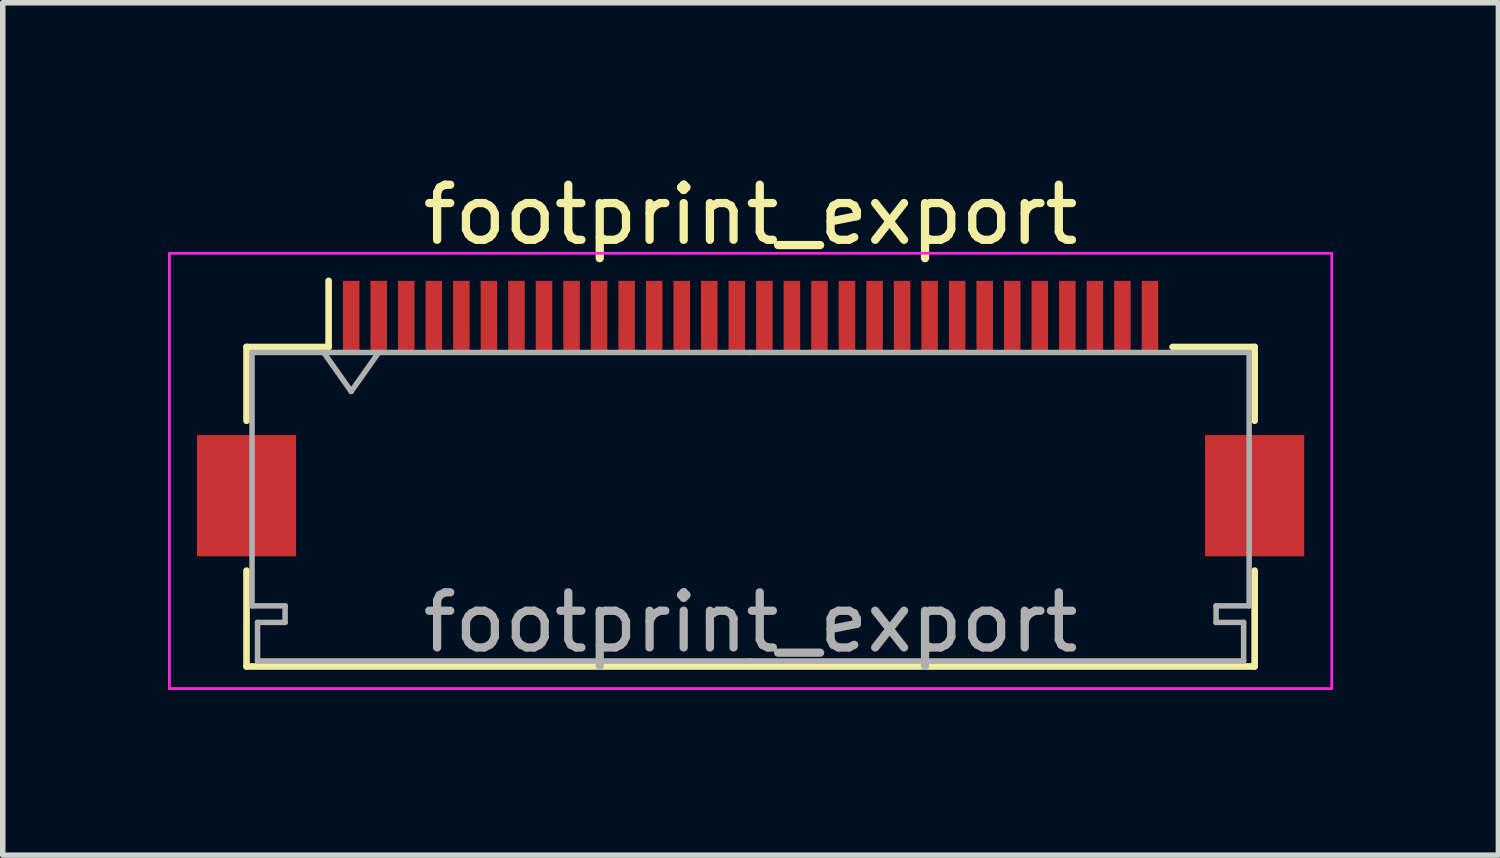
<source format=kicad_pcb>
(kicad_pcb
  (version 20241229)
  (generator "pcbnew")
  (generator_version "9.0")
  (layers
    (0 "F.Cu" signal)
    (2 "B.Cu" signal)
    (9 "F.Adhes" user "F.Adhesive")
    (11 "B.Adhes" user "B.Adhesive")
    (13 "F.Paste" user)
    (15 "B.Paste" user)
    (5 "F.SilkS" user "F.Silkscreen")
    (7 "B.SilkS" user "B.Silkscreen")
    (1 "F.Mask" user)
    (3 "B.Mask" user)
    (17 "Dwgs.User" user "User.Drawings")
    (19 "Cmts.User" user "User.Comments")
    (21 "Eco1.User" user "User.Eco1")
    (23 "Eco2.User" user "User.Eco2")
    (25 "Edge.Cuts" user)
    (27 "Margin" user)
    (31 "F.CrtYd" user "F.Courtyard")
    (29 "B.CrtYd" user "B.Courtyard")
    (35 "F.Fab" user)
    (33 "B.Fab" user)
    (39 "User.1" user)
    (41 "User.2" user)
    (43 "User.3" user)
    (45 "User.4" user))
  (footprint "footprint_export"
    (layer "F.Cu")
    (at 10.575 4.548)
    (property "Reference" "footprint_export" (at 0 -3.7 0) (layer "F.SilkS") (effects (font (size 1 1) (thickness 0.15))))
    (attr smd)
    (fp_line (start -9.15 -1.3) (end -9.15 0.04) (stroke (width 0.12) (type solid)) (layer "F.SilkS"))
    (fp_line (start -9.15 2.76) (end -9.15 4.5) (stroke (width 0.12) (type solid)) (layer "F.SilkS"))
    (fp_line (start -9.15 4.5) (end 9.15 4.5) (stroke (width 0.12) (type solid)) (layer "F.SilkS"))
    (fp_line (start -7.66 -1.3) (end -9.15 -1.3) (stroke (width 0.12) (type solid)) (layer "F.SilkS"))
    (fp_line (start -7.66 -1.3) (end -7.66 -2.5) (stroke (width 0.12) (type solid)) (layer "F.SilkS"))
    (fp_line (start 7.66 -1.3) (end 9.15 -1.3) (stroke (width 0.12) (type solid)) (layer "F.SilkS"))
    (fp_line (start 9.15 -1.3) (end 9.15 0.04) (stroke (width 0.12) (type solid)) (layer "F.SilkS"))
    (fp_line (start 9.15 4.5) (end 9.15 2.76) (stroke (width 0.12) (type solid)) (layer "F.SilkS"))
    (fp_line (start -10.55 -3) (end -10.55 4.9) (stroke (width 0.05) (type solid)) (layer "F.CrtYd"))
    (fp_line (start -10.55 4.9) (end 10.55 4.9) (stroke (width 0.05) (type solid)) (layer "F.CrtYd"))
    (fp_line (start 10.55 -3) (end -10.55 -3) (stroke (width 0.05) (type solid)) (layer "F.CrtYd"))
    (fp_line (start 10.55 4.9) (end 10.55 -3) (stroke (width 0.05) (type solid)) (layer "F.CrtYd"))
    (fp_line (start -9.05 -1.2) (end -9.05 3.4) (stroke (width 0.1) (type solid)) (layer "F.Fab"))
    (fp_line (start -9.05 3.4) (end -8.45 3.4) (stroke (width 0.1) (type solid)) (layer "F.Fab"))
    (fp_line (start -8.95 3.7) (end -8.95 4.4) (stroke (width 0.1) (type solid)) (layer "F.Fab"))
    (fp_line (start -8.95 4.4) (end 0 4.4) (stroke (width 0.1) (type solid)) (layer "F.Fab"))
    (fp_line (start -8.45 3.4) (end -8.45 3.7) (stroke (width 0.1) (type solid)) (layer "F.Fab"))
    (fp_line (start -8.45 3.7) (end -8.95 3.7) (stroke (width 0.1) (type solid)) (layer "F.Fab"))
    (fp_line (start -7.75 -1.2) (end -7.25 -0.493) (stroke (width 0.1) (type solid)) (layer "F.Fab"))
    (fp_line (start -7.25 -0.493) (end -6.75 -1.2) (stroke (width 0.1) (type solid)) (layer "F.Fab"))
    (fp_line (start 0 -1.2) (end -9.05 -1.2) (stroke (width 0.1) (type solid)) (layer "F.Fab"))
    (fp_line (start 0 -1.2) (end 9.05 -1.2) (stroke (width 0.1) (type solid)) (layer "F.Fab"))
    (fp_line (start 8.45 3.4) (end 8.45 3.7) (stroke (width 0.1) (type solid)) (layer "F.Fab"))
    (fp_line (start 8.45 3.7) (end 8.95 3.7) (stroke (width 0.1) (type solid)) (layer "F.Fab"))
    (fp_line (start 8.95 3.7) (end 8.95 4.4) (stroke (width 0.1) (type solid)) (layer "F.Fab"))
    (fp_line (start 8.95 4.4) (end 0 4.4) (stroke (width 0.1) (type solid)) (layer "F.Fab"))
    (fp_line (start 9.05 -1.2) (end 9.05 3.4) (stroke (width 0.1) (type solid)) (layer "F.Fab"))
    (fp_line (start 9.05 3.4) (end 8.45 3.4) (stroke (width 0.1) (type solid)) (layer "F.Fab"))
    (fp_text user "${REFERENCE}" (at 0 3.7 0) (layer "F.Fab") (effects (font (size 1 1) (thickness 0.15))))
    (pad "1" smd rect (at -7.25 -1.85) (size 0.3 1.3) (layers "F.Cu" "F.Mask" "F.Paste"))
    (pad "2" smd rect (at -6.75 -1.85) (size 0.3 1.3) (layers "F.Cu" "F.Mask" "F.Paste"))
    (pad "3" smd rect (at -6.25 -1.85) (size 0.3 1.3) (layers "F.Cu" "F.Mask" "F.Paste"))
    (pad "4" smd rect (at -5.75 -1.85) (size 0.3 1.3) (layers "F.Cu" "F.Mask" "F.Paste"))
    (pad "5" smd rect (at -5.25 -1.85) (size 0.3 1.3) (layers "F.Cu" "F.Mask" "F.Paste"))
    (pad "6" smd rect (at -4.75 -1.85) (size 0.3 1.3) (layers "F.Cu" "F.Mask" "F.Paste"))
    (pad "7" smd rect (at -4.25 -1.85) (size 0.3 1.3) (layers "F.Cu" "F.Mask" "F.Paste"))
    (pad "8" smd rect (at -3.75 -1.85) (size 0.3 1.3) (layers "F.Cu" "F.Mask" "F.Paste"))
    (pad "9" smd rect (at -3.25 -1.85) (size 0.3 1.3) (layers "F.Cu" "F.Mask" "F.Paste"))
    (pad "10" smd rect (at -2.75 -1.85) (size 0.3 1.3) (layers "F.Cu" "F.Mask" "F.Paste"))
    (pad "11" smd rect (at -2.25 -1.85) (size 0.3 1.3) (layers "F.Cu" "F.Mask" "F.Paste"))
    (pad "12" smd rect (at -1.75 -1.85) (size 0.3 1.3) (layers "F.Cu" "F.Mask" "F.Paste"))
    (pad "13" smd rect (at -1.25 -1.85) (size 0.3 1.3) (layers "F.Cu" "F.Mask" "F.Paste"))
    (pad "14" smd rect (at -0.75 -1.85) (size 0.3 1.3) (layers "F.Cu" "F.Mask" "F.Paste"))
    (pad "15" smd rect (at -0.25 -1.85) (size 0.3 1.3) (layers "F.Cu" "F.Mask" "F.Paste"))
    (pad "16" smd rect (at 0.25 -1.85) (size 0.3 1.3) (layers "F.Cu" "F.Mask" "F.Paste"))
    (pad "17" smd rect (at 0.75 -1.85) (size 0.3 1.3) (layers "F.Cu" "F.Mask" "F.Paste"))
    (pad "18" smd rect (at 1.25 -1.85) (size 0.3 1.3) (layers "F.Cu" "F.Mask" "F.Paste"))
    (pad "19" smd rect (at 1.75 -1.85) (size 0.3 1.3) (layers "F.Cu" "F.Mask" "F.Paste"))
    (pad "20" smd rect (at 2.25 -1.85) (size 0.3 1.3) (layers "F.Cu" "F.Mask" "F.Paste"))
    (pad "21" smd rect (at 2.75 -1.85) (size 0.3 1.3) (layers "F.Cu" "F.Mask" "F.Paste"))
    (pad "22" smd rect (at 3.25 -1.85) (size 0.3 1.3) (layers "F.Cu" "F.Mask" "F.Paste"))
    (pad "23" smd rect (at 3.75 -1.85) (size 0.3 1.3) (layers "F.Cu" "F.Mask" "F.Paste"))
    (pad "24" smd rect (at 4.25 -1.85) (size 0.3 1.3) (layers "F.Cu" "F.Mask" "F.Paste"))
    (pad "25" smd rect (at 4.75 -1.85) (size 0.3 1.3) (layers "F.Cu" "F.Mask" "F.Paste"))
    (pad "26" smd rect (at 5.25 -1.85) (size 0.3 1.3) (layers "F.Cu" "F.Mask" "F.Paste"))
    (pad "27" smd rect (at 5.75 -1.85) (size 0.3 1.3) (layers "F.Cu" "F.Mask" "F.Paste"))
    (pad "28" smd rect (at 6.25 -1.85) (size 0.3 1.3) (layers "F.Cu" "F.Mask" "F.Paste"))
    (pad "29" smd rect (at 6.75 -1.85) (size 0.3 1.3) (layers "F.Cu" "F.Mask" "F.Paste"))
    (pad "30" smd rect (at 7.25 -1.85) (size 0.3 1.3) (layers "F.Cu" "F.Mask" "F.Paste"))
    (pad "MP" smd rect (at -9.15 1.4) (size 1.8 2.2) (layers "F.Cu" "F.Mask" "F.Paste"))
    (pad "MP" smd rect (at 9.15 1.4) (size 1.8 2.2) (layers "F.Cu" "F.Mask" "F.Paste")))
  (gr_rect
    (start -3 -3)
    (end 24.15 12.473)
    (stroke (width 0.1) (type default))
    (fill no)
    (layer "Edge.Cuts")))
</source>
